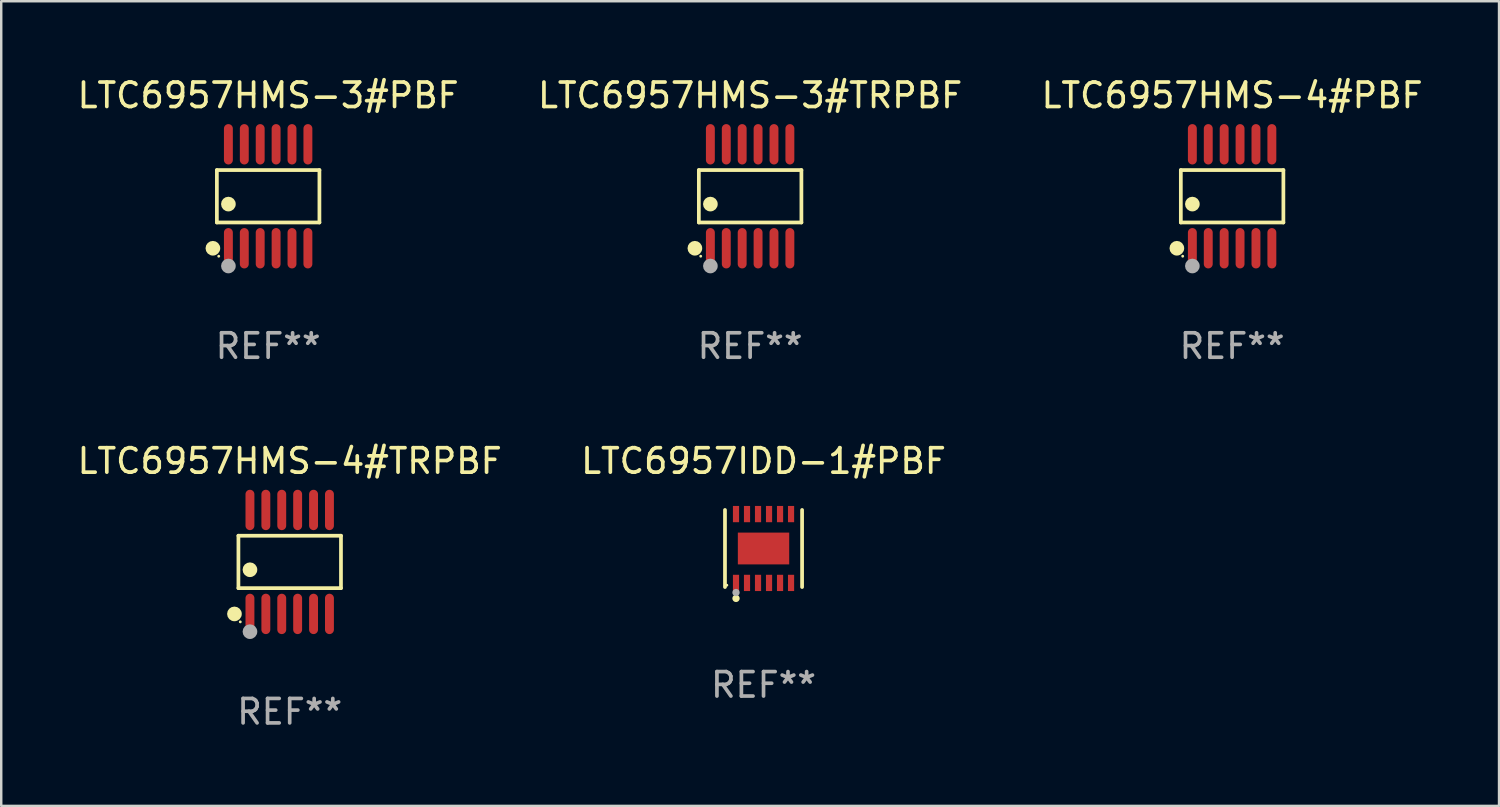
<source format=kicad_pcb>
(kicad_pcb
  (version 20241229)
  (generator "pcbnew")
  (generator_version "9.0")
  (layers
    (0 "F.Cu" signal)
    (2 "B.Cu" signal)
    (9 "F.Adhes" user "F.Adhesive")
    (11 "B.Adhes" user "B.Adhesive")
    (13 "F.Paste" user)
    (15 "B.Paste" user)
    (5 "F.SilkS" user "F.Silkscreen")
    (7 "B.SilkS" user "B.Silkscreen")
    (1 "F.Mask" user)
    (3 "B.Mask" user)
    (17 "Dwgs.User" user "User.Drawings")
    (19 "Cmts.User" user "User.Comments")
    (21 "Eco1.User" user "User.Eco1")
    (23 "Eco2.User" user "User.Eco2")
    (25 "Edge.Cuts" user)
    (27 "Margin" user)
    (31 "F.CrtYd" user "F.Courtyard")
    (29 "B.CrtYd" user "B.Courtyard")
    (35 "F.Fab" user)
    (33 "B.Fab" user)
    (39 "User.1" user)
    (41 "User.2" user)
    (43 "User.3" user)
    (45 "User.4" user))
  (footprint "LTC6957HMS-3#PBF"
    (layer "F.Cu")
    (at 7.911 4.973)
    (property "Reference" "LTC6957HMS-3#PBF" (at 0 -4.125 0) (layer "F.SilkS") (effects (font (size 1 1) (thickness 0.15))))
    (attr through_hole)
    (fp_line (start -2.096 -1.071) (end 2.096 -1.071) (stroke (width 0.152) (type solid)) (layer "F.SilkS"))
    (fp_line (start -2.096 1.071) (end -2.096 -1.071) (stroke (width 0.152) (type solid)) (layer "F.SilkS"))
    (fp_line (start 2.096 -1.071) (end 2.096 1.071) (stroke (width 0.152) (type solid)) (layer "F.SilkS"))
    (fp_line (start 2.096 1.071) (end -2.096 1.071) (stroke (width 0.152) (type solid)) (layer "F.SilkS"))
    (fp_circle (center -2.259 2.125) (end -2.109 2.125) (stroke (width 0.3) (type solid)) (fill no) (layer "F.SilkS"))
    (fp_circle (center -2.02 2.45) (end -1.99 2.45) (stroke (width 0.06) (type solid)) (fill no) (layer "F.SilkS"))
    (fp_circle (center -1.625 0.319) (end -1.475 0.319) (stroke (width 0.3) (type solid)) (fill no) (layer "F.SilkS"))
    (fp_circle (center -1.625 2.85) (end -1.475 2.85) (stroke (width 0.3) (type solid)) (fill no) (layer "F.Fab"))
    (fp_text user "REF**" (at 0 6.125 0) (layer "F.Fab") (effects (font (size 1 1) (thickness 0.15))))
    (pad "1" smd oval (at -1.625 2.125) (size 0.364 1.65) (layers "F.Cu" "F.Mask" "F.Paste"))
    (pad "2" smd oval (at -0.975 2.125) (size 0.364 1.65) (layers "F.Cu" "F.Mask" "F.Paste"))
    (pad "3" smd oval (at -0.325 2.125) (size 0.364 1.65) (layers "F.Cu" "F.Mask" "F.Paste"))
    (pad "4" smd oval (at 0.325 2.125) (size 0.364 1.65) (layers "F.Cu" "F.Mask" "F.Paste"))
    (pad "5" smd oval (at 0.975 2.125) (size 0.364 1.65) (layers "F.Cu" "F.Mask" "F.Paste"))
    (pad "6" smd oval (at 1.625 2.125) (size 0.364 1.65) (layers "F.Cu" "F.Mask" "F.Paste"))
    (pad "7" smd oval (at 1.625 -2.125) (size 0.364 1.65) (layers "F.Cu" "F.Mask" "F.Paste"))
    (pad "8" smd oval (at 0.975 -2.125) (size 0.364 1.65) (layers "F.Cu" "F.Mask" "F.Paste"))
    (pad "9" smd oval (at 0.325 -2.125) (size 0.364 1.65) (layers "F.Cu" "F.Mask" "F.Paste"))
    (pad "10" smd oval (at -0.325 -2.125) (size 0.364 1.65) (layers "F.Cu" "F.Mask" "F.Paste"))
    (pad "11" smd oval (at -0.975 -2.125) (size 0.364 1.65) (layers "F.Cu" "F.Mask" "F.Paste"))
    (pad "12" smd oval (at -1.625 -2.125) (size 0.364 1.65) (layers "F.Cu" "F.Mask" "F.Paste")))
  (footprint "LTC6957IDD-1#PBF"
    (layer "F.Cu")
    (at 28.161 19.371)
    (property "Reference" "LTC6957IDD-1#PBF" (at 0 -3.576 0) (layer "F.SilkS") (effects (font (size 1 1) (thickness 0.15))))
    (attr through_hole)
    (fp_line (start -1.576 1.576) (end -1.576 -1.576) (stroke (width 0.152) (type solid)) (layer "F.SilkS"))
    (fp_line (start 1.576 1.576) (end 1.576 -1.576) (stroke (width 0.152) (type solid)) (layer "F.SilkS"))
    (fp_circle (center -1.5 1.5) (end -1.47 1.5) (stroke (width 0.06) (type solid)) (fill no) (layer "F.SilkS"))
    (fp_circle (center -1.125 2.04) (end -1.05 2.04) (stroke (width 0.15) (type solid)) (fill no) (layer "F.SilkS"))
    (fp_circle (center -1.125 1.8) (end -1.05 1.8) (stroke (width 0.15) (type solid)) (fill no) (layer "F.Fab"))
    (fp_text user "REF**" (at 0 5.576 0) (layer "F.Fab") (effects (font (size 1 1) (thickness 0.15))))
    (pad "1" smd rect (at -1.125 1.407) (size 0.252 0.665) (layers "F.Cu" "F.Mask" "F.Paste"))
    (pad "2" smd rect (at -0.675 1.407) (size 0.252 0.665) (layers "F.Cu" "F.Mask" "F.Paste"))
    (pad "3" smd rect (at -0.225 1.407) (size 0.252 0.665) (layers "F.Cu" "F.Mask" "F.Paste"))
    (pad "4" smd rect (at 0.225 1.407) (size 0.252 0.665) (layers "F.Cu" "F.Mask" "F.Paste"))
    (pad "5" smd rect (at 0.675 1.407) (size 0.252 0.665) (layers "F.Cu" "F.Mask" "F.Paste"))
    (pad "6" smd rect (at 1.125 1.407) (size 0.252 0.665) (layers "F.Cu" "F.Mask" "F.Paste"))
    (pad "7" smd rect (at 1.125 -1.407) (size 0.252 0.665) (layers "F.Cu" "F.Mask" "F.Paste"))
    (pad "8" smd rect (at 0.675 -1.407) (size 0.252 0.665) (layers "F.Cu" "F.Mask" "F.Paste"))
    (pad "9" smd rect (at 0.225 -1.407) (size 0.252 0.665) (layers "F.Cu" "F.Mask" "F.Paste"))
    (pad "10" smd rect (at -0.225 -1.407) (size 0.252 0.665) (layers "F.Cu" "F.Mask" "F.Paste"))
    (pad "11" smd rect (at -0.675 -1.407) (size 0.252 0.665) (layers "F.Cu" "F.Mask" "F.Paste"))
    (pad "12" smd rect (at -1.125 -1.407) (size 0.252 0.665) (layers "F.Cu" "F.Mask" "F.Paste"))
    (pad "13" smd rect (at 0 0) (size 2.1 1.3) (layers "F.Cu" "F.Mask" "F.Paste")))
  (footprint "LTC6957HMS-4#TRPBF"
    (layer "F.Cu")
    (at 8.792 19.92)
    (property "Reference" "LTC6957HMS-4#TRPBF" (at 0 -4.125 0) (layer "F.SilkS") (effects (font (size 1 1) (thickness 0.15))))
    (attr through_hole)
    (fp_line (start -2.096 -1.071) (end 2.096 -1.071) (stroke (width 0.152) (type solid)) (layer "F.SilkS"))
    (fp_line (start -2.096 1.071) (end -2.096 -1.071) (stroke (width 0.152) (type solid)) (layer "F.SilkS"))
    (fp_line (start 2.096 -1.071) (end 2.096 1.071) (stroke (width 0.152) (type solid)) (layer "F.SilkS"))
    (fp_line (start 2.096 1.071) (end -2.096 1.071) (stroke (width 0.152) (type solid)) (layer "F.SilkS"))
    (fp_circle (center -2.259 2.125) (end -2.109 2.125) (stroke (width 0.3) (type solid)) (fill no) (layer "F.SilkS"))
    (fp_circle (center -2.02 2.45) (end -1.99 2.45) (stroke (width 0.06) (type solid)) (fill no) (layer "F.SilkS"))
    (fp_circle (center -1.625 0.319) (end -1.475 0.319) (stroke (width 0.3) (type solid)) (fill no) (layer "F.SilkS"))
    (fp_circle (center -1.625 2.85) (end -1.475 2.85) (stroke (width 0.3) (type solid)) (fill no) (layer "F.Fab"))
    (fp_text user "REF**" (at 0 6.125 0) (layer "F.Fab") (effects (font (size 1 1) (thickness 0.15))))
    (pad "1" smd oval (at -1.625 2.125) (size 0.364 1.65) (layers "F.Cu" "F.Mask" "F.Paste"))
    (pad "2" smd oval (at -0.975 2.125) (size 0.364 1.65) (layers "F.Cu" "F.Mask" "F.Paste"))
    (pad "3" smd oval (at -0.325 2.125) (size 0.364 1.65) (layers "F.Cu" "F.Mask" "F.Paste"))
    (pad "4" smd oval (at 0.325 2.125) (size 0.364 1.65) (layers "F.Cu" "F.Mask" "F.Paste"))
    (pad "5" smd oval (at 0.975 2.125) (size 0.364 1.65) (layers "F.Cu" "F.Mask" "F.Paste"))
    (pad "6" smd oval (at 1.625 2.125) (size 0.364 1.65) (layers "F.Cu" "F.Mask" "F.Paste"))
    (pad "7" smd oval (at 1.625 -2.125) (size 0.364 1.65) (layers "F.Cu" "F.Mask" "F.Paste"))
    (pad "8" smd oval (at 0.975 -2.125) (size 0.364 1.65) (layers "F.Cu" "F.Mask" "F.Paste"))
    (pad "9" smd oval (at 0.325 -2.125) (size 0.364 1.65) (layers "F.Cu" "F.Mask" "F.Paste"))
    (pad "10" smd oval (at -0.325 -2.125) (size 0.364 1.65) (layers "F.Cu" "F.Mask" "F.Paste"))
    (pad "11" smd oval (at -0.975 -2.125) (size 0.364 1.65) (layers "F.Cu" "F.Mask" "F.Paste"))
    (pad "12" smd oval (at -1.625 -2.125) (size 0.364 1.65) (layers "F.Cu" "F.Mask" "F.Paste")))
  (footprint "LTC6957HMS-3#TRPBF"
    (layer "F.Cu")
    (at 27.613 4.973)
    (property "Reference" "LTC6957HMS-3#TRPBF" (at 0 -4.125 0) (layer "F.SilkS") (effects (font (size 1 1) (thickness 0.15))))
    (attr through_hole)
    (fp_line (start -2.096 -1.071) (end 2.096 -1.071) (stroke (width 0.152) (type solid)) (layer "F.SilkS"))
    (fp_line (start -2.096 1.071) (end -2.096 -1.071) (stroke (width 0.152) (type solid)) (layer "F.SilkS"))
    (fp_line (start 2.096 -1.071) (end 2.096 1.071) (stroke (width 0.152) (type solid)) (layer "F.SilkS"))
    (fp_line (start 2.096 1.071) (end -2.096 1.071) (stroke (width 0.152) (type solid)) (layer "F.SilkS"))
    (fp_circle (center -2.259 2.125) (end -2.109 2.125) (stroke (width 0.3) (type solid)) (fill no) (layer "F.SilkS"))
    (fp_circle (center -2.02 2.45) (end -1.99 2.45) (stroke (width 0.06) (type solid)) (fill no) (layer "F.SilkS"))
    (fp_circle (center -1.625 0.319) (end -1.475 0.319) (stroke (width 0.3) (type solid)) (fill no) (layer "F.SilkS"))
    (fp_circle (center -1.625 2.85) (end -1.475 2.85) (stroke (width 0.3) (type solid)) (fill no) (layer "F.Fab"))
    (fp_text user "REF**" (at 0 6.125 0) (layer "F.Fab") (effects (font (size 1 1) (thickness 0.15))))
    (pad "1" smd oval (at -1.625 2.125) (size 0.364 1.65) (layers "F.Cu" "F.Mask" "F.Paste"))
    (pad "2" smd oval (at -0.975 2.125) (size 0.364 1.65) (layers "F.Cu" "F.Mask" "F.Paste"))
    (pad "3" smd oval (at -0.325 2.125) (size 0.364 1.65) (layers "F.Cu" "F.Mask" "F.Paste"))
    (pad "4" smd oval (at 0.325 2.125) (size 0.364 1.65) (layers "F.Cu" "F.Mask" "F.Paste"))
    (pad "5" smd oval (at 0.975 2.125) (size 0.364 1.65) (layers "F.Cu" "F.Mask" "F.Paste"))
    (pad "6" smd oval (at 1.625 2.125) (size 0.364 1.65) (layers "F.Cu" "F.Mask" "F.Paste"))
    (pad "7" smd oval (at 1.625 -2.125) (size 0.364 1.65) (layers "F.Cu" "F.Mask" "F.Paste"))
    (pad "8" smd oval (at 0.975 -2.125) (size 0.364 1.65) (layers "F.Cu" "F.Mask" "F.Paste"))
    (pad "9" smd oval (at 0.325 -2.125) (size 0.364 1.65) (layers "F.Cu" "F.Mask" "F.Paste"))
    (pad "10" smd oval (at -0.325 -2.125) (size 0.364 1.65) (layers "F.Cu" "F.Mask" "F.Paste"))
    (pad "11" smd oval (at -0.975 -2.125) (size 0.364 1.65) (layers "F.Cu" "F.Mask" "F.Paste"))
    (pad "12" smd oval (at -1.625 -2.125) (size 0.364 1.65) (layers "F.Cu" "F.Mask" "F.Paste")))
  (footprint "LTC6957HMS-4#PBF"
    (layer "F.Cu")
    (at 47.315 4.973)
    (property "Reference" "LTC6957HMS-4#PBF" (at 0 -4.125 0) (layer "F.SilkS") (effects (font (size 1 1) (thickness 0.15))))
    (attr through_hole)
    (fp_line (start -2.096 -1.071) (end 2.096 -1.071) (stroke (width 0.152) (type solid)) (layer "F.SilkS"))
    (fp_line (start -2.096 1.071) (end -2.096 -1.071) (stroke (width 0.152) (type solid)) (layer "F.SilkS"))
    (fp_line (start 2.096 -1.071) (end 2.096 1.071) (stroke (width 0.152) (type solid)) (layer "F.SilkS"))
    (fp_line (start 2.096 1.071) (end -2.096 1.071) (stroke (width 0.152) (type solid)) (layer "F.SilkS"))
    (fp_circle (center -2.259 2.125) (end -2.109 2.125) (stroke (width 0.3) (type solid)) (fill no) (layer "F.SilkS"))
    (fp_circle (center -2.02 2.45) (end -1.99 2.45) (stroke (width 0.06) (type solid)) (fill no) (layer "F.SilkS"))
    (fp_circle (center -1.625 0.319) (end -1.475 0.319) (stroke (width 0.3) (type solid)) (fill no) (layer "F.SilkS"))
    (fp_circle (center -1.625 2.85) (end -1.475 2.85) (stroke (width 0.3) (type solid)) (fill no) (layer "F.Fab"))
    (fp_text user "REF**" (at 0 6.125 0) (layer "F.Fab") (effects (font (size 1 1) (thickness 0.15))))
    (pad "1" smd oval (at -1.625 2.125) (size 0.364 1.65) (layers "F.Cu" "F.Mask" "F.Paste"))
    (pad "2" smd oval (at -0.975 2.125) (size 0.364 1.65) (layers "F.Cu" "F.Mask" "F.Paste"))
    (pad "3" smd oval (at -0.325 2.125) (size 0.364 1.65) (layers "F.Cu" "F.Mask" "F.Paste"))
    (pad "4" smd oval (at 0.325 2.125) (size 0.364 1.65) (layers "F.Cu" "F.Mask" "F.Paste"))
    (pad "5" smd oval (at 0.975 2.125) (size 0.364 1.65) (layers "F.Cu" "F.Mask" "F.Paste"))
    (pad "6" smd oval (at 1.625 2.125) (size 0.364 1.65) (layers "F.Cu" "F.Mask" "F.Paste"))
    (pad "7" smd oval (at 1.625 -2.125) (size 0.364 1.65) (layers "F.Cu" "F.Mask" "F.Paste"))
    (pad "8" smd oval (at 0.975 -2.125) (size 0.364 1.65) (layers "F.Cu" "F.Mask" "F.Paste"))
    (pad "9" smd oval (at 0.325 -2.125) (size 0.364 1.65) (layers "F.Cu" "F.Mask" "F.Paste"))
    (pad "10" smd oval (at -0.325 -2.125) (size 0.364 1.65) (layers "F.Cu" "F.Mask" "F.Paste"))
    (pad "11" smd oval (at -0.975 -2.125) (size 0.364 1.65) (layers "F.Cu" "F.Mask" "F.Paste"))
    (pad "12" smd oval (at -1.625 -2.125) (size 0.364 1.65) (layers "F.Cu" "F.Mask" "F.Paste")))
  (gr_rect
    (start -3 -3)
    (end 58.226 29.893)
    (stroke (width 0.1) (type default))
    (fill no)
    (layer "Edge.Cuts")))
</source>
